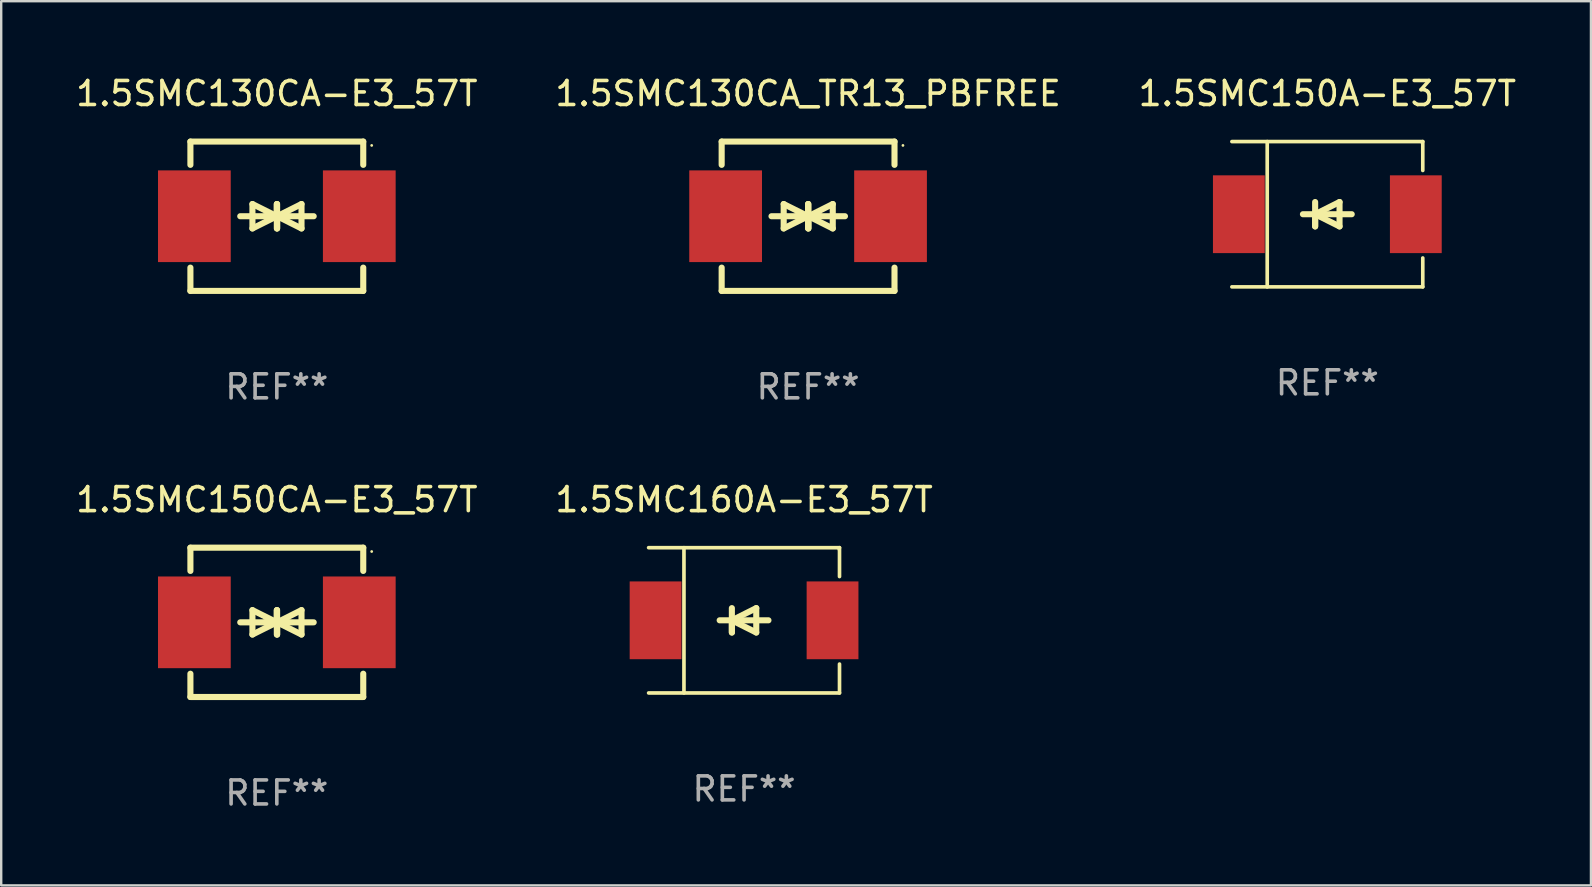
<source format=kicad_pcb>
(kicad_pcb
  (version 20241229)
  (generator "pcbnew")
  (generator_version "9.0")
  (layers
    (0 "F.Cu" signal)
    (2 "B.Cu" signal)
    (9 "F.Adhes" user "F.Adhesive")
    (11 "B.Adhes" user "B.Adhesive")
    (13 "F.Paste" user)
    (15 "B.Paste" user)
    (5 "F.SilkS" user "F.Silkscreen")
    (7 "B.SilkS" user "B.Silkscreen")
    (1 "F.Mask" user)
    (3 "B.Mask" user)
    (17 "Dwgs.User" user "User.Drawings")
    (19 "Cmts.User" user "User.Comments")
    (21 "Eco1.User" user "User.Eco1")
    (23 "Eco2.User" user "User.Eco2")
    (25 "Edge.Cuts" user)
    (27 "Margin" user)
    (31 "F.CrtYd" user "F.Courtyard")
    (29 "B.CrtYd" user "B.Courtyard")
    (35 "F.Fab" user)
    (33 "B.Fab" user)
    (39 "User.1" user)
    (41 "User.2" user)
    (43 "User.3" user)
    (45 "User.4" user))
  (footprint "1.5SMC150CA-E3_57T"
    (layer "F.Cu")
    (at 8.482 22.875)
    (property "Reference" "1.5SMC150CA-E3_57T" (at 0 -5.11 0) (layer "F.SilkS") (effects (font (size 1 1) (thickness 0.15))))
    (attr through_hole)
    (fp_line (start -3.6 -2.141) (end -3.6 -3.11) (stroke (width 0.254) (type solid)) (layer "F.SilkS"))
    (fp_line (start -3.6 3.11) (end -3.6 2.141) (stroke (width 0.254) (type solid)) (layer "F.SilkS"))
    (fp_line (start -1.524 0) (end 0.508 0) (stroke (width 0.254) (type solid)) (layer "F.SilkS"))
    (fp_line (start -1.016 -0.508) (end -1.016 0.508) (stroke (width 0.254) (type solid)) (layer "F.SilkS"))
    (fp_line (start -1.016 0.508) (end 0 0) (stroke (width 0.254) (type solid)) (layer "F.SilkS"))
    (fp_line (start 0 -0.508) (end 0 0.508) (stroke (width 0.254) (type solid)) (layer "F.SilkS"))
    (fp_line (start 0 0) (end -1.016 -0.508) (stroke (width 0.254) (type solid)) (layer "F.SilkS"))
    (fp_line (start 0 0) (end 0 -0.508) (stroke (width 0.254) (type solid)) (layer "F.SilkS"))
    (fp_line (start 0.012 0) (end 0.012 0.508) (stroke (width 0.254) (type solid)) (layer "F.SilkS"))
    (fp_line (start 0.012 0) (end 1.028 0.508) (stroke (width 0.254) (type solid)) (layer "F.SilkS"))
    (fp_line (start 0.012 0.508) (end 0.012 -0.508) (stroke (width 0.254) (type solid)) (layer "F.SilkS"))
    (fp_line (start 1.028 -0.508) (end 0.012 0) (stroke (width 0.254) (type solid)) (layer "F.SilkS"))
    (fp_line (start 1.028 0.508) (end 1.028 -0.508) (stroke (width 0.254) (type solid)) (layer "F.SilkS"))
    (fp_line (start 1.536 0) (end -0.496 0) (stroke (width 0.254) (type solid)) (layer "F.SilkS"))
    (fp_line (start 3.6 -3.11) (end -3.6 -3.11) (stroke (width 0.254) (type solid)) (layer "F.SilkS"))
    (fp_line (start 3.6 -2.141) (end 3.6 -3.11) (stroke (width 0.254) (type solid)) (layer "F.SilkS"))
    (fp_line (start 3.6 3.11) (end -3.6 3.11) (stroke (width 0.254) (type solid)) (layer "F.SilkS"))
    (fp_line (start 3.6 3.11) (end 3.6 2.141) (stroke (width 0.254) (type solid)) (layer "F.SilkS"))
    (fp_circle (center 3.952 -2.95) (end 3.982 -2.95) (stroke (width 0.06) (type solid)) (fill no) (layer "F.SilkS"))
    (fp_text user "REF**" (at 0 7.11 0) (layer "F.Fab") (effects (font (size 1 1) (thickness 0.15))))
    (pad "1" smd rect (at 3.435 0) (size 3.03 3.82) (layers "F.Cu" "F.Mask" "F.Paste"))
    (pad "2" smd rect (at -3.435 0) (size 3.03 3.82) (layers "F.Cu" "F.Mask" "F.Paste")))
  (footprint "1.5SMC150A-E3_57T"
    (layer "F.Cu")
    (at 52.244 5.874)
    (property "Reference" "1.5SMC150A-E3_57T" (at 0 -5.026 0) (layer "F.SilkS") (effects (font (size 1 1) (thickness 0.15))))
    (attr through_hole)
    (fp_line (start -3.976 -3.026) (end 3.976 -3.026) (stroke (width 0.152) (type solid)) (layer "F.SilkS"))
    (fp_line (start -3.976 3.026) (end 3.976 3.026) (stroke (width 0.152) (type solid)) (layer "F.SilkS"))
    (fp_line (start -2.504 -3.026) (end -2.504 3.026) (stroke (width 0.152) (type solid)) (layer "F.SilkS"))
    (fp_line (start -0.508 0) (end -0.508 0.508) (stroke (width 0.254) (type solid)) (layer "F.SilkS"))
    (fp_line (start -0.508 0) (end 0.508 0.508) (stroke (width 0.254) (type solid)) (layer "F.SilkS"))
    (fp_line (start -0.508 0.508) (end -0.508 -0.508) (stroke (width 0.254) (type solid)) (layer "F.SilkS"))
    (fp_line (start 0.508 -0.508) (end -0.508 0) (stroke (width 0.254) (type solid)) (layer "F.SilkS"))
    (fp_line (start 0.508 0.508) (end 0.508 -0.508) (stroke (width 0.254) (type solid)) (layer "F.SilkS"))
    (fp_line (start 1.016 0) (end -1.016 0) (stroke (width 0.254) (type solid)) (layer "F.SilkS"))
    (fp_line (start 3.976 -3.026) (end 3.976 -1.823) (stroke (width 0.152) (type solid)) (layer "F.SilkS"))
    (fp_line (start 3.976 3.026) (end 3.976 1.823) (stroke (width 0.152) (type solid)) (layer "F.SilkS"))
    (fp_circle (center 3.95 -2.95) (end 3.98 -2.95) (stroke (width 0.06) (type solid)) (fill no) (layer "F.SilkS"))
    (fp_text user "REF**" (at 0 7.026 0) (layer "F.Fab") (effects (font (size 1 1) (thickness 0.15))))
    (pad "1" smd rect (at 3.686 0 180) (size 2.158 3.24) (layers "F.Cu" "F.Mask" "F.Paste"))
    (pad "2" smd rect (at -3.686 0 180) (size 2.158 3.24) (layers "F.Cu" "F.Mask" "F.Paste")))
  (footprint "1.5SMC130CA-E3_57T"
    (layer "F.Cu")
    (at 8.482 5.958)
    (property "Reference" "1.5SMC130CA-E3_57T" (at 0 -5.11 0) (layer "F.SilkS") (effects (font (size 1 1) (thickness 0.15))))
    (attr through_hole)
    (fp_line (start -3.6 -2.141) (end -3.6 -3.11) (stroke (width 0.254) (type solid)) (layer "F.SilkS"))
    (fp_line (start -3.6 3.11) (end -3.6 2.141) (stroke (width 0.254) (type solid)) (layer "F.SilkS"))
    (fp_line (start -1.524 0) (end 0.508 0) (stroke (width 0.254) (type solid)) (layer "F.SilkS"))
    (fp_line (start -1.016 -0.508) (end -1.016 0.508) (stroke (width 0.254) (type solid)) (layer "F.SilkS"))
    (fp_line (start -1.016 0.508) (end 0 0) (stroke (width 0.254) (type solid)) (layer "F.SilkS"))
    (fp_line (start 0 -0.508) (end 0 0.508) (stroke (width 0.254) (type solid)) (layer "F.SilkS"))
    (fp_line (start 0 0) (end -1.016 -0.508) (stroke (width 0.254) (type solid)) (layer "F.SilkS"))
    (fp_line (start 0 0) (end 0 -0.508) (stroke (width 0.254) (type solid)) (layer "F.SilkS"))
    (fp_line (start 0.012 0) (end 0.012 0.508) (stroke (width 0.254) (type solid)) (layer "F.SilkS"))
    (fp_line (start 0.012 0) (end 1.028 0.508) (stroke (width 0.254) (type solid)) (layer "F.SilkS"))
    (fp_line (start 0.012 0.508) (end 0.012 -0.508) (stroke (width 0.254) (type solid)) (layer "F.SilkS"))
    (fp_line (start 1.028 -0.508) (end 0.012 0) (stroke (width 0.254) (type solid)) (layer "F.SilkS"))
    (fp_line (start 1.028 0.508) (end 1.028 -0.508) (stroke (width 0.254) (type solid)) (layer "F.SilkS"))
    (fp_line (start 1.536 0) (end -0.496 0) (stroke (width 0.254) (type solid)) (layer "F.SilkS"))
    (fp_line (start 3.6 -3.11) (end -3.6 -3.11) (stroke (width 0.254) (type solid)) (layer "F.SilkS"))
    (fp_line (start 3.6 -2.141) (end 3.6 -3.11) (stroke (width 0.254) (type solid)) (layer "F.SilkS"))
    (fp_line (start 3.6 3.11) (end -3.6 3.11) (stroke (width 0.254) (type solid)) (layer "F.SilkS"))
    (fp_line (start 3.6 3.11) (end 3.6 2.141) (stroke (width 0.254) (type solid)) (layer "F.SilkS"))
    (fp_circle (center 3.952 -2.95) (end 3.982 -2.95) (stroke (width 0.06) (type solid)) (fill no) (layer "F.SilkS"))
    (fp_text user "REF**" (at 0 7.11 0) (layer "F.Fab") (effects (font (size 1 1) (thickness 0.15))))
    (pad "1" smd rect (at 3.435 0) (size 3.03 3.82) (layers "F.Cu" "F.Mask" "F.Paste"))
    (pad "2" smd rect (at -3.435 0) (size 3.03 3.82) (layers "F.Cu" "F.Mask" "F.Paste")))
  (footprint "1.5SMC160A-E3_57T"
    (layer "F.Cu")
    (at 27.946 22.791)
    (property "Reference" "1.5SMC160A-E3_57T" (at 0 -5.026 0) (layer "F.SilkS") (effects (font (size 1 1) (thickness 0.15))))
    (attr through_hole)
    (fp_line (start -3.976 -3.026) (end 3.976 -3.026) (stroke (width 0.152) (type solid)) (layer "F.SilkS"))
    (fp_line (start -3.976 3.026) (end 3.976 3.026) (stroke (width 0.152) (type solid)) (layer "F.SilkS"))
    (fp_line (start -2.504 -3.026) (end -2.504 3.026) (stroke (width 0.152) (type solid)) (layer "F.SilkS"))
    (fp_line (start -0.508 0) (end -0.508 0.508) (stroke (width 0.254) (type solid)) (layer "F.SilkS"))
    (fp_line (start -0.508 0) (end 0.508 0.508) (stroke (width 0.254) (type solid)) (layer "F.SilkS"))
    (fp_line (start -0.508 0.508) (end -0.508 -0.508) (stroke (width 0.254) (type solid)) (layer "F.SilkS"))
    (fp_line (start 0.508 -0.508) (end -0.508 0) (stroke (width 0.254) (type solid)) (layer "F.SilkS"))
    (fp_line (start 0.508 0.508) (end 0.508 -0.508) (stroke (width 0.254) (type solid)) (layer "F.SilkS"))
    (fp_line (start 1.016 0) (end -1.016 0) (stroke (width 0.254) (type solid)) (layer "F.SilkS"))
    (fp_line (start 3.976 -3.026) (end 3.976 -1.823) (stroke (width 0.152) (type solid)) (layer "F.SilkS"))
    (fp_line (start 3.976 3.026) (end 3.976 1.823) (stroke (width 0.152) (type solid)) (layer "F.SilkS"))
    (fp_circle (center 3.95 -2.95) (end 3.98 -2.95) (stroke (width 0.06) (type solid)) (fill no) (layer "F.SilkS"))
    (fp_text user "REF**" (at 0 7.026 0) (layer "F.Fab") (effects (font (size 1 1) (thickness 0.15))))
    (pad "1" smd rect (at 3.686 0 180) (size 2.158 3.24) (layers "F.Cu" "F.Mask" "F.Paste"))
    (pad "2" smd rect (at -3.686 0 180) (size 2.158 3.24) (layers "F.Cu" "F.Mask" "F.Paste")))
  (footprint "1.5SMC130CA_TR13_PBFREE"
    (layer "F.Cu")
    (at 30.613 5.958)
    (property "Reference" "1.5SMC130CA_TR13_PBFREE" (at 0 -5.11 0) (layer "F.SilkS") (effects (font (size 1 1) (thickness 0.15))))
    (attr through_hole)
    (fp_line (start -3.6 -2.141) (end -3.6 -3.11) (stroke (width 0.254) (type solid)) (layer "F.SilkS"))
    (fp_line (start -3.6 3.11) (end -3.6 2.141) (stroke (width 0.254) (type solid)) (layer "F.SilkS"))
    (fp_line (start -1.524 0) (end 0.508 0) (stroke (width 0.254) (type solid)) (layer "F.SilkS"))
    (fp_line (start -1.016 -0.508) (end -1.016 0.508) (stroke (width 0.254) (type solid)) (layer "F.SilkS"))
    (fp_line (start -1.016 0.508) (end 0 0) (stroke (width 0.254) (type solid)) (layer "F.SilkS"))
    (fp_line (start 0 -0.508) (end 0 0.508) (stroke (width 0.254) (type solid)) (layer "F.SilkS"))
    (fp_line (start 0 0) (end -1.016 -0.508) (stroke (width 0.254) (type solid)) (layer "F.SilkS"))
    (fp_line (start 0 0) (end 0 -0.508) (stroke (width 0.254) (type solid)) (layer "F.SilkS"))
    (fp_line (start 0.012 0) (end 0.012 0.508) (stroke (width 0.254) (type solid)) (layer "F.SilkS"))
    (fp_line (start 0.012 0) (end 1.028 0.508) (stroke (width 0.254) (type solid)) (layer "F.SilkS"))
    (fp_line (start 0.012 0.508) (end 0.012 -0.508) (stroke (width 0.254) (type solid)) (layer "F.SilkS"))
    (fp_line (start 1.028 -0.508) (end 0.012 0) (stroke (width 0.254) (type solid)) (layer "F.SilkS"))
    (fp_line (start 1.028 0.508) (end 1.028 -0.508) (stroke (width 0.254) (type solid)) (layer "F.SilkS"))
    (fp_line (start 1.536 0) (end -0.496 0) (stroke (width 0.254) (type solid)) (layer "F.SilkS"))
    (fp_line (start 3.6 -3.11) (end -3.6 -3.11) (stroke (width 0.254) (type solid)) (layer "F.SilkS"))
    (fp_line (start 3.6 -2.141) (end 3.6 -3.11) (stroke (width 0.254) (type solid)) (layer "F.SilkS"))
    (fp_line (start 3.6 3.11) (end -3.6 3.11) (stroke (width 0.254) (type solid)) (layer "F.SilkS"))
    (fp_line (start 3.6 3.11) (end 3.6 2.141) (stroke (width 0.254) (type solid)) (layer "F.SilkS"))
    (fp_circle (center 3.952 -2.95) (end 3.982 -2.95) (stroke (width 0.06) (type solid)) (fill no) (layer "F.SilkS"))
    (fp_text user "REF**" (at 0 7.11 0) (layer "F.Fab") (effects (font (size 1 1) (thickness 0.15))))
    (pad "1" smd rect (at 3.435 0) (size 3.03 3.82) (layers "F.Cu" "F.Mask" "F.Paste"))
    (pad "2" smd rect (at -3.435 0) (size 3.03 3.82) (layers "F.Cu" "F.Mask" "F.Paste")))
  (gr_rect
    (start -3 -3)
    (end 63.226 33.833)
    (stroke (width 0.1) (type default))
    (fill no)
    (layer "Edge.Cuts")))
</source>
